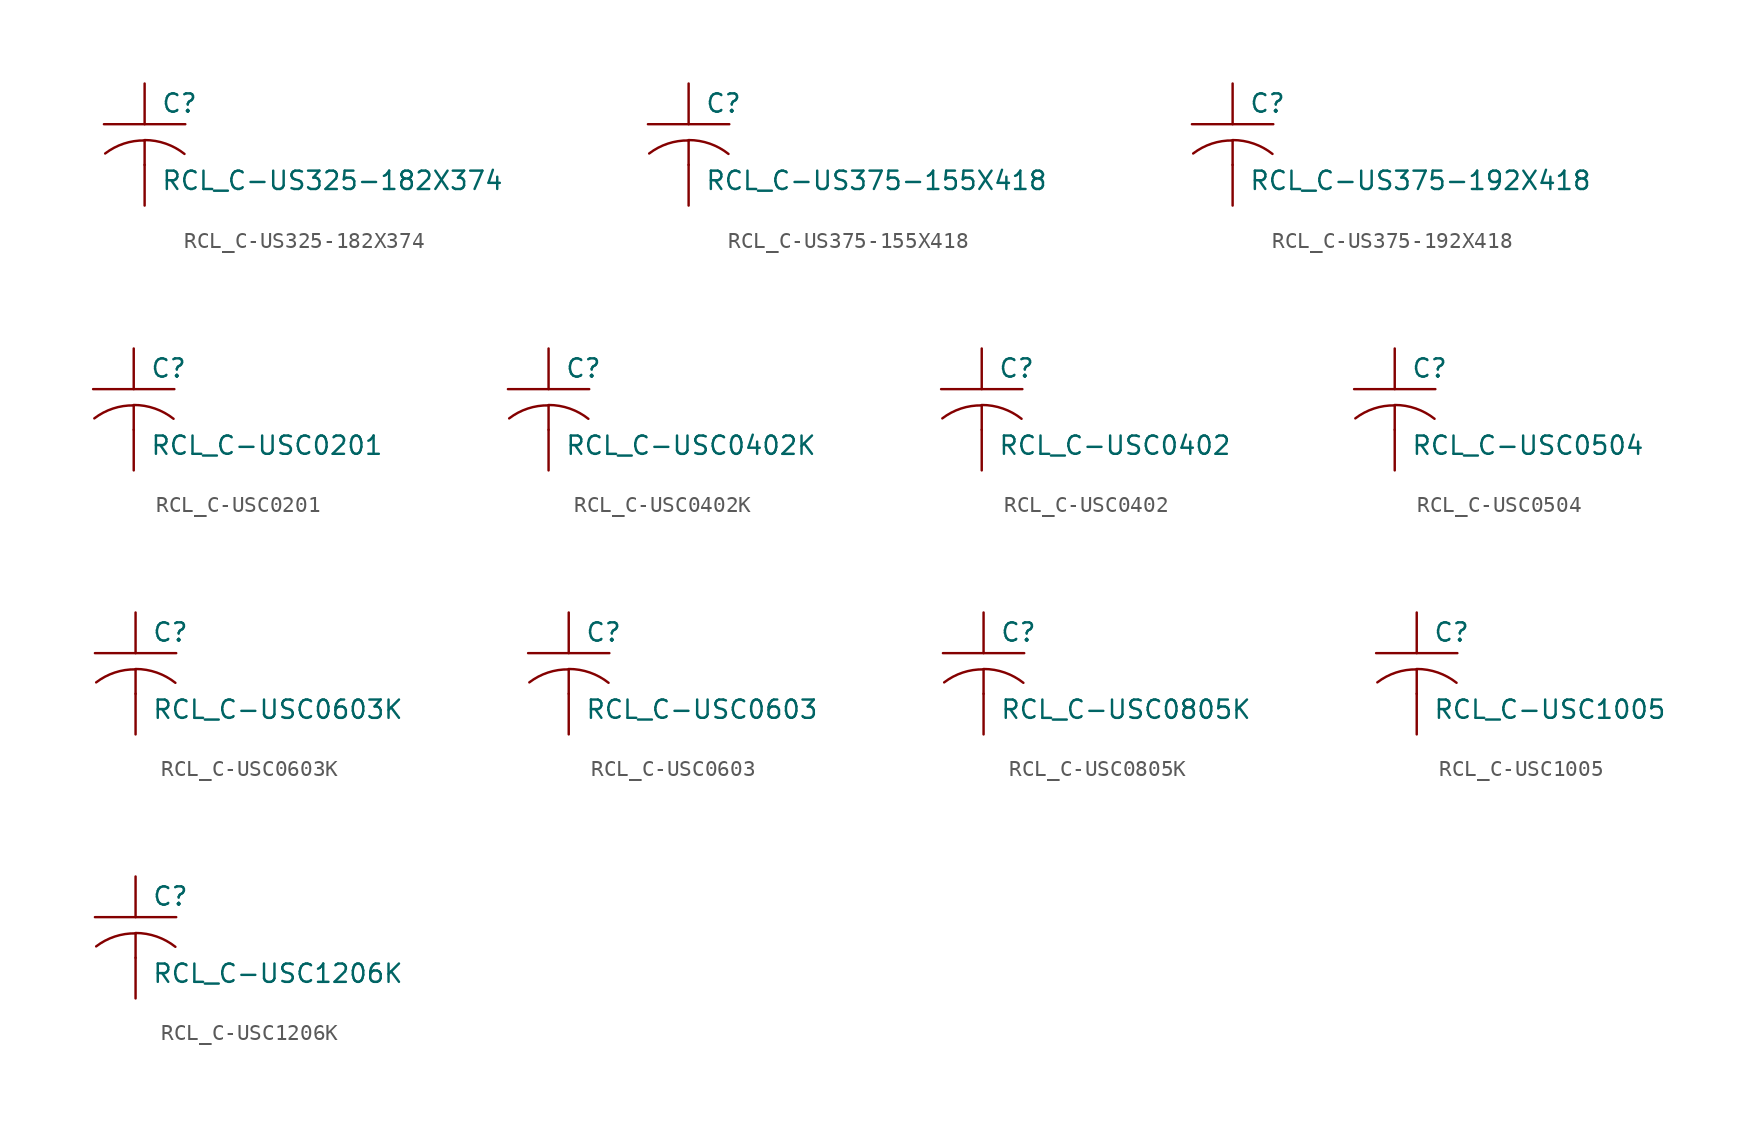
<source format=kicad_sym>
(kicad_symbol_lib
  (version 20210619)
  (generator kicad_symbol_editor)
  (symbol "RCL_C-US325-182X374"
    (pin_numbers hide)
    (pin_names
      (offset 1.016) hide)
    (property "Reference" "C"
      (at 1.016 0.635 0)
      (effects (font (size 1.143 1.143)) (justify left bottom)))
    (property "Value" "RCL_C-US325-182X374"
      (at 1.016 -4.191 0)
      (effects (font (size 1.143 1.143)) (justify left bottom)))
    (property "ki_locked" ""
      (at 0 0 0)
      (effects (font (size 1.27 1.27))))
    (symbol "RCL_C-US325-182X374_1_0"
      (polyline (pts (xy -2.54 0) (xy 2.54 0)) (stroke (width 0)) (fill (type none)))
      (polyline (pts (xy 0 -1.016) (xy 0 -2.54)) (stroke (width 0)) (fill (type none)))
      (polyline (pts (xy 0 -1.016) (xy 0 -1.016)) (stroke (width 0)) (fill (type none))))
    (symbol "RCL_C-US325-182X374_1_1"
      (arc (start 0 -1.016) (end -2.4638 -1.8288) (radius (at 0 -5.08) (length 4.0386) (angles 90.1 127.3)) (stroke (width 0)) (fill (type none)))
      (arc (start 2.4892 -1.8542) (end 0 -0.9906) (radius (at 0 -5.0292) (length 4.0386) (angles 52.3 89.9)) (stroke (width 0)) (fill (type none)))
      (pin passive line (at 0 2.54 270) (length 2.54) (name "1" (effects (font (size 1.016 1.016)))) (number "1" (effects (font (size 1.016 1.016)))))
      (pin passive line (at 0 -5.08 90) (length 2.54) (name "2" (effects (font (size 1.016 1.016)))) (number "2" (effects (font (size 1.016 1.016)))))))
  (symbol "RCL_C-US375-155X418"
    (pin_numbers hide)
    (pin_names
      (offset 1.016) hide)
    (property "Reference" "C"
      (at 1.016 0.635 0)
      (effects (font (size 1.143 1.143)) (justify left bottom)))
    (property "Value" "RCL_C-US375-155X418"
      (at 1.016 -4.191 0)
      (effects (font (size 1.143 1.143)) (justify left bottom)))
    (property "ki_locked" ""
      (at 0 0 0)
      (effects (font (size 1.27 1.27))))
    (symbol "RCL_C-US375-155X418_1_0"
      (polyline (pts (xy -2.54 0) (xy 2.54 0)) (stroke (width 0)) (fill (type none)))
      (polyline (pts (xy 0 -1.016) (xy 0 -2.54)) (stroke (width 0)) (fill (type none)))
      (polyline (pts (xy 0 -1.016) (xy 0 -1.016)) (stroke (width 0)) (fill (type none))))
    (symbol "RCL_C-US375-155X418_1_1"
      (arc (start 0 -1.016) (end -2.4638 -1.8288) (radius (at 0 -5.08) (length 4.0386) (angles 90.1 127.3)) (stroke (width 0)) (fill (type none)))
      (arc (start 2.4892 -1.8542) (end 0 -0.9906) (radius (at 0 -5.0292) (length 4.0386) (angles 52.3 89.9)) (stroke (width 0)) (fill (type none)))
      (pin passive line (at 0 2.54 270) (length 2.54) (name "1" (effects (font (size 1.016 1.016)))) (number "1" (effects (font (size 1.016 1.016)))))
      (pin passive line (at 0 -5.08 90) (length 2.54) (name "2" (effects (font (size 1.016 1.016)))) (number "2" (effects (font (size 1.016 1.016)))))))
  (symbol "RCL_C-US375-192X418"
    (pin_numbers hide)
    (pin_names
      (offset 1.016) hide)
    (property "Reference" "C"
      (at 1.016 0.635 0)
      (effects (font (size 1.143 1.143)) (justify left bottom)))
    (property "Value" "RCL_C-US375-192X418"
      (at 1.016 -4.191 0)
      (effects (font (size 1.143 1.143)) (justify left bottom)))
    (property "ki_locked" ""
      (at 0 0 0)
      (effects (font (size 1.27 1.27))))
    (symbol "RCL_C-US375-192X418_1_0"
      (polyline (pts (xy -2.54 0) (xy 2.54 0)) (stroke (width 0)) (fill (type none)))
      (polyline (pts (xy 0 -1.016) (xy 0 -2.54)) (stroke (width 0)) (fill (type none)))
      (polyline (pts (xy 0 -1.016) (xy 0 -1.016)) (stroke (width 0)) (fill (type none))))
    (symbol "RCL_C-US375-192X418_1_1"
      (arc (start 0 -1.016) (end -2.4638 -1.8288) (radius (at 0 -5.08) (length 4.0386) (angles 90.1 127.3)) (stroke (width 0)) (fill (type none)))
      (arc (start 2.4892 -1.8542) (end 0 -0.9906) (radius (at 0 -5.0292) (length 4.0386) (angles 52.3 89.9)) (stroke (width 0)) (fill (type none)))
      (pin passive line (at 0 2.54 270) (length 2.54) (name "1" (effects (font (size 1.016 1.016)))) (number "1" (effects (font (size 1.016 1.016)))))
      (pin passive line (at 0 -5.08 90) (length 2.54) (name "2" (effects (font (size 1.016 1.016)))) (number "2" (effects (font (size 1.016 1.016)))))))
  (symbol "RCL_C-USC0201"
    (pin_numbers hide)
    (pin_names
      (offset 1.016) hide)
    (property "Reference" "C"
      (at 1.016 0.635 0)
      (effects (font (size 1.143 1.143)) (justify left bottom)))
    (property "Value" "RCL_C-USC0201"
      (at 1.016 -4.191 0)
      (effects (font (size 1.143 1.143)) (justify left bottom)))
    (property "ki_locked" ""
      (at 0 0 0)
      (effects (font (size 1.27 1.27))))
    (symbol "RCL_C-USC0201_1_0"
      (polyline (pts (xy -2.54 0) (xy 2.54 0)) (stroke (width 0)) (fill (type none)))
      (polyline (pts (xy 0 -1.016) (xy 0 -2.54)) (stroke (width 0)) (fill (type none)))
      (polyline (pts (xy 0 -1.016) (xy 0 -1.016)) (stroke (width 0)) (fill (type none))))
    (symbol "RCL_C-USC0201_1_1"
      (arc (start 0 -1.016) (end -2.4638 -1.8288) (radius (at 0 -5.08) (length 4.0386) (angles 90.1 127.3)) (stroke (width 0)) (fill (type none)))
      (arc (start 2.4892 -1.8542) (end 0 -0.9906) (radius (at 0 -5.0292) (length 4.0386) (angles 52.3 89.9)) (stroke (width 0)) (fill (type none)))
      (pin passive line (at 0 2.54 270) (length 2.54) (name "1" (effects (font (size 1.016 1.016)))) (number "1" (effects (font (size 1.016 1.016)))))
      (pin passive line (at 0 -5.08 90) (length 2.54) (name "2" (effects (font (size 1.016 1.016)))) (number "2" (effects (font (size 1.016 1.016)))))))
  (symbol "RCL_C-USC0402K"
    (pin_numbers hide)
    (pin_names
      (offset 1.016) hide)
    (property "Reference" "C"
      (at 1.016 0.635 0)
      (effects (font (size 1.143 1.143)) (justify left bottom)))
    (property "Value" "RCL_C-USC0402K"
      (at 1.016 -4.191 0)
      (effects (font (size 1.143 1.143)) (justify left bottom)))
    (property "ki_locked" ""
      (at 0 0 0)
      (effects (font (size 1.27 1.27))))
    (symbol "RCL_C-USC0402K_1_0"
      (polyline (pts (xy -2.54 0) (xy 2.54 0)) (stroke (width 0)) (fill (type none)))
      (polyline (pts (xy 0 -1.016) (xy 0 -2.54)) (stroke (width 0)) (fill (type none)))
      (polyline (pts (xy 0 -1.016) (xy 0 -1.016)) (stroke (width 0)) (fill (type none))))
    (symbol "RCL_C-USC0402K_1_1"
      (arc (start 0 -1.016) (end -2.4638 -1.8288) (radius (at 0 -5.08) (length 4.0386) (angles 90.1 127.3)) (stroke (width 0)) (fill (type none)))
      (arc (start 2.4892 -1.8542) (end 0 -0.9906) (radius (at 0 -5.0292) (length 4.0386) (angles 52.3 89.9)) (stroke (width 0)) (fill (type none)))
      (pin passive line (at 0 2.54 270) (length 2.54) (name "1" (effects (font (size 1.016 1.016)))) (number "1" (effects (font (size 1.016 1.016)))))
      (pin passive line (at 0 -5.08 90) (length 2.54) (name "2" (effects (font (size 1.016 1.016)))) (number "2" (effects (font (size 1.016 1.016)))))))
  (symbol "RCL_C-USC0402"
    (pin_numbers hide)
    (pin_names
      (offset 1.016) hide)
    (property "Reference" "C"
      (at 1.016 0.635 0)
      (effects (font (size 1.143 1.143)) (justify left bottom)))
    (property "Value" "RCL_C-USC0402"
      (at 1.016 -4.191 0)
      (effects (font (size 1.143 1.143)) (justify left bottom)))
    (property "ki_locked" ""
      (at 0 0 0)
      (effects (font (size 1.27 1.27))))
    (symbol "RCL_C-USC0402_1_0"
      (polyline (pts (xy -2.54 0) (xy 2.54 0)) (stroke (width 0)) (fill (type none)))
      (polyline (pts (xy 0 -1.016) (xy 0 -2.54)) (stroke (width 0)) (fill (type none)))
      (polyline (pts (xy 0 -1.016) (xy 0 -1.016)) (stroke (width 0)) (fill (type none))))
    (symbol "RCL_C-USC0402_1_1"
      (arc (start 0 -1.016) (end -2.4638 -1.8288) (radius (at 0 -5.08) (length 4.0386) (angles 90.1 127.3)) (stroke (width 0)) (fill (type none)))
      (arc (start 2.4892 -1.8542) (end 0 -0.9906) (radius (at 0 -5.0292) (length 4.0386) (angles 52.3 89.9)) (stroke (width 0)) (fill (type none)))
      (pin passive line (at 0 2.54 270) (length 2.54) (name "1" (effects (font (size 1.016 1.016)))) (number "1" (effects (font (size 1.016 1.016)))))
      (pin passive line (at 0 -5.08 90) (length 2.54) (name "2" (effects (font (size 1.016 1.016)))) (number "2" (effects (font (size 1.016 1.016)))))))
  (symbol "RCL_C-USC0504"
    (pin_numbers hide)
    (pin_names
      (offset 1.016) hide)
    (property "Reference" "C"
      (at 1.016 0.635 0)
      (effects (font (size 1.143 1.143)) (justify left bottom)))
    (property "Value" "RCL_C-USC0504"
      (at 1.016 -4.191 0)
      (effects (font (size 1.143 1.143)) (justify left bottom)))
    (property "ki_locked" ""
      (at 0 0 0)
      (effects (font (size 1.27 1.27))))
    (symbol "RCL_C-USC0504_1_0"
      (polyline (pts (xy -2.54 0) (xy 2.54 0)) (stroke (width 0)) (fill (type none)))
      (polyline (pts (xy 0 -1.016) (xy 0 -2.54)) (stroke (width 0)) (fill (type none)))
      (polyline (pts (xy 0 -1.016) (xy 0 -1.016)) (stroke (width 0)) (fill (type none))))
    (symbol "RCL_C-USC0504_1_1"
      (arc (start 0 -1.016) (end -2.4638 -1.8288) (radius (at 0 -5.08) (length 4.0386) (angles 90.1 127.3)) (stroke (width 0)) (fill (type none)))
      (arc (start 2.4892 -1.8542) (end 0 -0.9906) (radius (at 0 -5.0292) (length 4.0386) (angles 52.3 89.9)) (stroke (width 0)) (fill (type none)))
      (pin passive line (at 0 2.54 270) (length 2.54) (name "1" (effects (font (size 1.016 1.016)))) (number "1" (effects (font (size 1.016 1.016)))))
      (pin passive line (at 0 -5.08 90) (length 2.54) (name "2" (effects (font (size 1.016 1.016)))) (number "2" (effects (font (size 1.016 1.016)))))))
  (symbol "RCL_C-USC0603K"
    (pin_numbers hide)
    (pin_names
      (offset 1.016) hide)
    (property "Reference" "C"
      (at 1.016 0.635 0)
      (effects (font (size 1.143 1.143)) (justify left bottom)))
    (property "Value" "RCL_C-USC0603K"
      (at 1.016 -4.191 0)
      (effects (font (size 1.143 1.143)) (justify left bottom)))
    (property "ki_locked" ""
      (at 0 0 0)
      (effects (font (size 1.27 1.27))))
    (symbol "RCL_C-USC0603K_1_0"
      (polyline (pts (xy -2.54 0) (xy 2.54 0)) (stroke (width 0)) (fill (type none)))
      (polyline (pts (xy 0 -1.016) (xy 0 -2.54)) (stroke (width 0)) (fill (type none)))
      (polyline (pts (xy 0 -1.016) (xy 0 -1.016)) (stroke (width 0)) (fill (type none))))
    (symbol "RCL_C-USC0603K_1_1"
      (arc (start 0 -1.016) (end -2.4638 -1.8288) (radius (at 0 -5.08) (length 4.0386) (angles 90.1 127.3)) (stroke (width 0)) (fill (type none)))
      (arc (start 2.4892 -1.8542) (end 0 -0.9906) (radius (at 0 -5.0292) (length 4.0386) (angles 52.3 89.9)) (stroke (width 0)) (fill (type none)))
      (pin passive line (at 0 2.54 270) (length 2.54) (name "1" (effects (font (size 1.016 1.016)))) (number "1" (effects (font (size 1.016 1.016)))))
      (pin passive line (at 0 -5.08 90) (length 2.54) (name "2" (effects (font (size 1.016 1.016)))) (number "2" (effects (font (size 1.016 1.016)))))))
  (symbol "RCL_C-USC0603"
    (pin_numbers hide)
    (pin_names
      (offset 1.016) hide)
    (property "Reference" "C"
      (at 1.016 0.635 0)
      (effects (font (size 1.143 1.143)) (justify left bottom)))
    (property "Value" "RCL_C-USC0603"
      (at 1.016 -4.191 0)
      (effects (font (size 1.143 1.143)) (justify left bottom)))
    (property "ki_locked" ""
      (at 0 0 0)
      (effects (font (size 1.27 1.27))))
    (symbol "RCL_C-USC0603_1_0"
      (polyline (pts (xy -2.54 0) (xy 2.54 0)) (stroke (width 0)) (fill (type none)))
      (polyline (pts (xy 0 -1.016) (xy 0 -2.54)) (stroke (width 0)) (fill (type none)))
      (polyline (pts (xy 0 -1.016) (xy 0 -1.016)) (stroke (width 0)) (fill (type none))))
    (symbol "RCL_C-USC0603_1_1"
      (arc (start 0 -1.016) (end -2.4638 -1.8288) (radius (at 0 -5.08) (length 4.0386) (angles 90.1 127.3)) (stroke (width 0)) (fill (type none)))
      (arc (start 2.4892 -1.8542) (end 0 -0.9906) (radius (at 0 -5.0292) (length 4.0386) (angles 52.3 89.9)) (stroke (width 0)) (fill (type none)))
      (pin passive line (at 0 2.54 270) (length 2.54) (name "1" (effects (font (size 1.016 1.016)))) (number "1" (effects (font (size 1.016 1.016)))))
      (pin passive line (at 0 -5.08 90) (length 2.54) (name "2" (effects (font (size 1.016 1.016)))) (number "2" (effects (font (size 1.016 1.016)))))))
  (symbol "RCL_C-USC0805K"
    (pin_numbers hide)
    (pin_names
      (offset 1.016) hide)
    (property "Reference" "C"
      (at 1.016 0.635 0)
      (effects (font (size 1.143 1.143)) (justify left bottom)))
    (property "Value" "RCL_C-USC0805K"
      (at 1.016 -4.191 0)
      (effects (font (size 1.143 1.143)) (justify left bottom)))
    (property "ki_locked" ""
      (at 0 0 0)
      (effects (font (size 1.27 1.27))))
    (symbol "RCL_C-USC0805K_1_0"
      (polyline (pts (xy -2.54 0) (xy 2.54 0)) (stroke (width 0)) (fill (type none)))
      (polyline (pts (xy 0 -1.016) (xy 0 -2.54)) (stroke (width 0)) (fill (type none)))
      (polyline (pts (xy 0 -1.016) (xy 0 -1.016)) (stroke (width 0)) (fill (type none))))
    (symbol "RCL_C-USC0805K_1_1"
      (arc (start 0 -1.016) (end -2.4638 -1.8288) (radius (at 0 -5.08) (length 4.0386) (angles 90.1 127.3)) (stroke (width 0)) (fill (type none)))
      (arc (start 2.4892 -1.8542) (end 0 -0.9906) (radius (at 0 -5.0292) (length 4.0386) (angles 52.3 89.9)) (stroke (width 0)) (fill (type none)))
      (pin passive line (at 0 2.54 270) (length 2.54) (name "1" (effects (font (size 1.016 1.016)))) (number "1" (effects (font (size 1.016 1.016)))))
      (pin passive line (at 0 -5.08 90) (length 2.54) (name "2" (effects (font (size 1.016 1.016)))) (number "2" (effects (font (size 1.016 1.016)))))))
  (symbol "RCL_C-USC1005"
    (pin_numbers hide)
    (pin_names
      (offset 1.016) hide)
    (property "Reference" "C"
      (at 1.016 0.635 0)
      (effects (font (size 1.143 1.143)) (justify left bottom)))
    (property "Value" "RCL_C-USC1005"
      (at 1.016 -4.191 0)
      (effects (font (size 1.143 1.143)) (justify left bottom)))
    (property "ki_locked" ""
      (at 0 0 0)
      (effects (font (size 1.27 1.27))))
    (symbol "RCL_C-USC1005_1_0"
      (polyline (pts (xy -2.54 0) (xy 2.54 0)) (stroke (width 0)) (fill (type none)))
      (polyline (pts (xy 0 -1.016) (xy 0 -2.54)) (stroke (width 0)) (fill (type none)))
      (polyline (pts (xy 0 -1.016) (xy 0 -1.016)) (stroke (width 0)) (fill (type none))))
    (symbol "RCL_C-USC1005_1_1"
      (arc (start 0 -1.016) (end -2.4638 -1.8288) (radius (at 0 -5.08) (length 4.0386) (angles 90.1 127.3)) (stroke (width 0)) (fill (type none)))
      (arc (start 2.4892 -1.8542) (end 0 -0.9906) (radius (at 0 -5.0292) (length 4.0386) (angles 52.3 89.9)) (stroke (width 0)) (fill (type none)))
      (pin passive line (at 0 2.54 270) (length 2.54) (name "1" (effects (font (size 1.016 1.016)))) (number "1" (effects (font (size 1.016 1.016)))))
      (pin passive line (at 0 -5.08 90) (length 2.54) (name "2" (effects (font (size 1.016 1.016)))) (number "2" (effects (font (size 1.016 1.016)))))))
  (symbol "RCL_C-USC1206K"
    (pin_numbers hide)
    (pin_names
      (offset 1.016) hide)
    (property "Reference" "C"
      (at 1.016 0.635 0)
      (effects (font (size 1.143 1.143)) (justify left bottom)))
    (property "Value" "RCL_C-USC1206K"
      (at 1.016 -4.191 0)
      (effects (font (size 1.143 1.143)) (justify left bottom)))
    (property "ki_locked" ""
      (at 0 0 0)
      (effects (font (size 1.27 1.27))))
    (symbol "RCL_C-USC1206K_1_0"
      (polyline (pts (xy -2.54 0) (xy 2.54 0)) (stroke (width 0)) (fill (type none)))
      (polyline (pts (xy 0 -1.016) (xy 0 -2.54)) (stroke (width 0)) (fill (type none)))
      (polyline (pts (xy 0 -1.016) (xy 0 -1.016)) (stroke (width 0)) (fill (type none))))
    (symbol "RCL_C-USC1206K_1_1"
      (arc (start 0 -1.016) (end -2.4638 -1.8288) (radius (at 0 -5.08) (length 4.0386) (angles 90.1 127.3)) (stroke (width 0)) (fill (type none)))
      (arc (start 2.4892 -1.8542) (end 0 -0.9906) (radius (at 0 -5.0292) (length 4.0386) (angles 52.3 89.9)) (stroke (width 0)) (fill (type none)))
      (pin passive line (at 0 2.54 270) (length 2.54) (name "1" (effects (font (size 1.016 1.016)))) (number "1" (effects (font (size 1.016 1.016)))))
      (pin passive line (at 0 -5.08 90) (length 2.54) (name "2" (effects (font (size 1.016 1.016)))) (number "2" (effects (font (size 1.016 1.016))))))))
</source>
